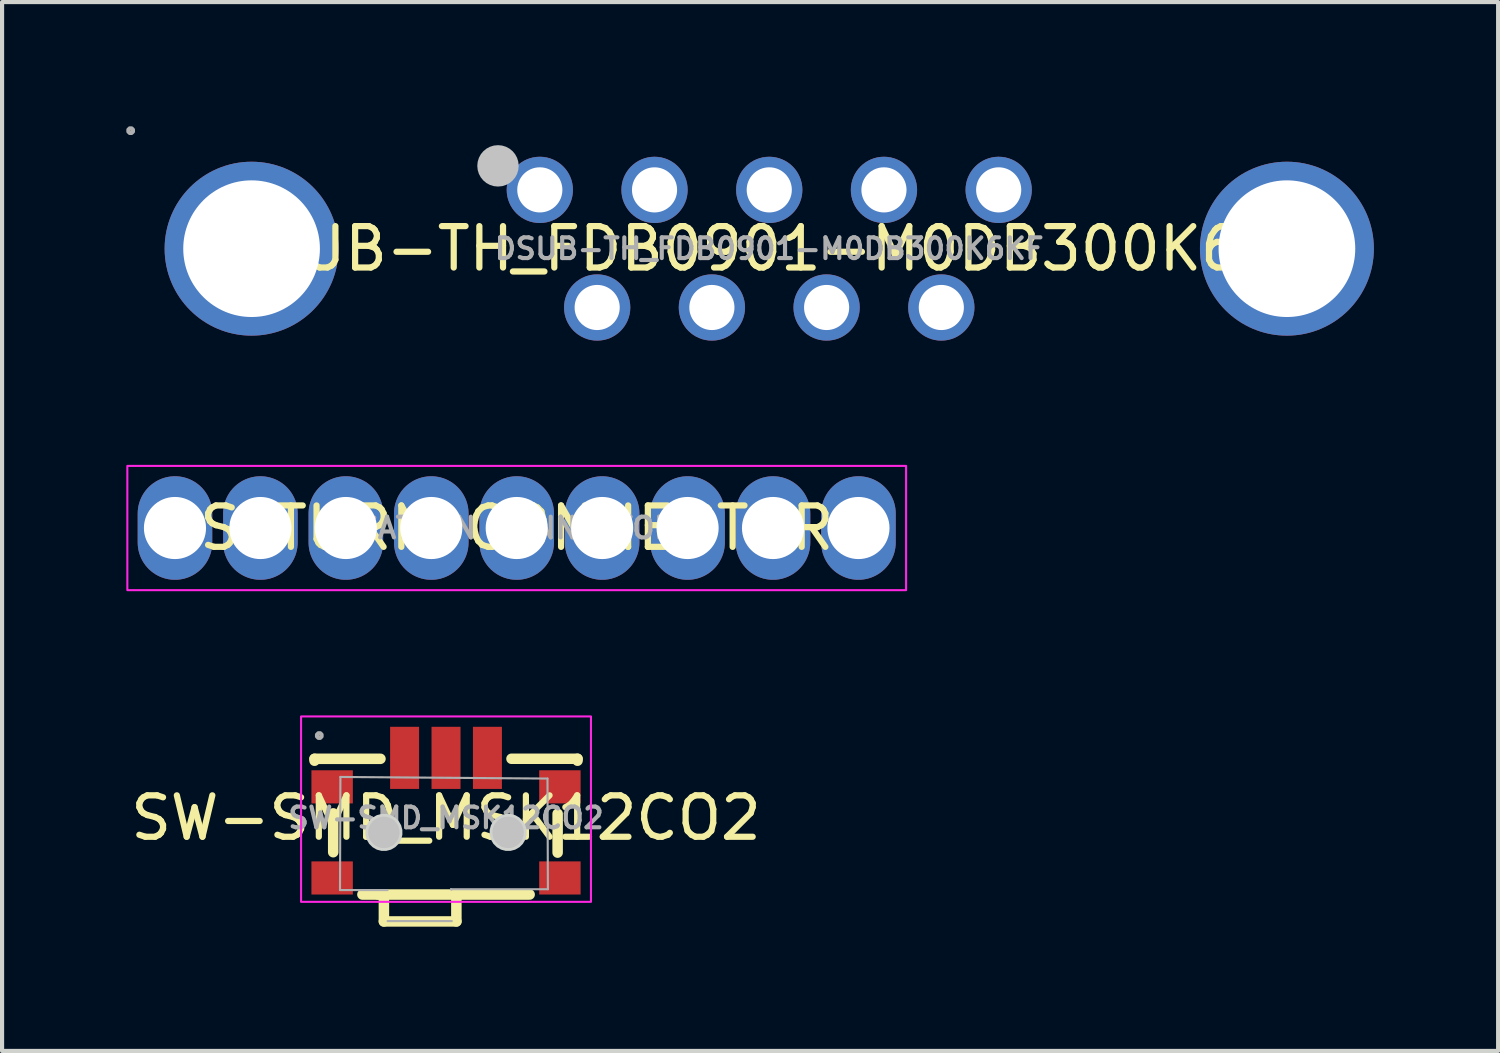
<source format=kicad_pcb>
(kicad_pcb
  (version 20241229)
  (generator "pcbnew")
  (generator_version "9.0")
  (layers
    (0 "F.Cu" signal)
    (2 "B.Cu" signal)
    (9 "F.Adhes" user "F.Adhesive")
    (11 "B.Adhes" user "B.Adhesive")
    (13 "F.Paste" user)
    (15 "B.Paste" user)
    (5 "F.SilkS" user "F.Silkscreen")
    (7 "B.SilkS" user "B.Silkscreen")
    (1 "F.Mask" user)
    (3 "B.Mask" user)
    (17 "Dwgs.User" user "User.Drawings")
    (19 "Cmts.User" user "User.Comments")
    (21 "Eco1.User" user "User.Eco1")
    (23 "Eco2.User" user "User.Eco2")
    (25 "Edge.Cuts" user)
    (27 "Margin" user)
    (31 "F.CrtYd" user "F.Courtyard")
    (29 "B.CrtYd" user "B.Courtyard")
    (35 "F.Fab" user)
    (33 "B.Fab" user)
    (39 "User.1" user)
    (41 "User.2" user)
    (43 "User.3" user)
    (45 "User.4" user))
  (footprint "DSUB-TH_FDB0901-M0DB300K6KF"
    (layer "F.Cu")
    (at 15.525 2.955)
    (property "Reference" "DSUB-TH_FDB0901-M0DB300K6KF" (at 0 0 0) (layer "F.SilkS") (effects (font (size 1 1) (thickness 0.15))))
    (fp_circle (center -6.55 -2) (end -6.3 -2) (stroke (width 0.5) (type default)) (fill no) (layer "Dwgs.User"))
    (fp_poly (pts (xy -15.365 -2.873) (xy -15.397 -2.905) (xy -15.443 -2.905) (xy -15.475 -2.873) (xy -15.475 -2.827) (xy -15.443 -2.795) (xy -15.397 -2.795) (xy -15.365 -2.827)) (stroke (width 0.1) (type default)) (fill no) (layer "F.Fab"))
    (fp_poly (pts (xy -11 0.15) (xy -14 0.15) (xy -14 -0.15) (xy -11 -0.15)) (stroke (width 0.1) (type default)) (fill no) (layer "User.1"))
    (fp_poly (pts (xy 14 0.15) (xy 11 0.15) (xy 11 -0.15) (xy 14 -0.15)) (stroke (width 0.1) (type default)) (fill no) (layer "User.1"))
    (fp_poly (pts (xy -5.193 -1.466) (xy -5.217 -1.554) (xy -5.262 -1.633) (xy -5.327 -1.698) (xy -5.406 -1.743) (xy -5.494 -1.767) (xy -5.586 -1.767) (xy -5.674 -1.743) (xy -5.753 -1.698) (xy -5.818 -1.633) (xy -5.863 -1.554) (xy -5.887 -1.466) (xy -5.887 -1.374) (xy -5.863 -1.286) (xy -5.818 -1.207) (xy -5.753 -1.142) (xy -5.674 -1.097) (xy -5.586 -1.073) (xy -5.494 -1.073) (xy -5.406 -1.097) (xy -5.327 -1.142) (xy -5.262 -1.207) (xy -5.217 -1.286) (xy -5.193 -1.374)) (stroke (width 0.1) (type default)) (fill no) (layer "User.1"))
    (fp_poly (pts (xy -3.808 1.374) (xy -3.832 1.286) (xy -3.877 1.207) (xy -3.942 1.142) (xy -4.021 1.097) (xy -4.109 1.073) (xy -4.201 1.073) (xy -4.289 1.097) (xy -4.368 1.142) (xy -4.433 1.207) (xy -4.478 1.286) (xy -4.502 1.374) (xy -4.502 1.466) (xy -4.478 1.554) (xy -4.433 1.633) (xy -4.368 1.698) (xy -4.289 1.743) (xy -4.201 1.767) (xy -4.109 1.767) (xy -4.021 1.743) (xy -3.942 1.698) (xy -3.877 1.633) (xy -3.832 1.554) (xy -3.808 1.466)) (stroke (width 0.1) (type default)) (fill no) (layer "User.1"))
    (fp_poly (pts (xy -2.423 -1.466) (xy -2.447 -1.554) (xy -2.492 -1.633) (xy -2.557 -1.698) (xy -2.636 -1.743) (xy -2.724 -1.767) (xy -2.816 -1.767) (xy -2.904 -1.743) (xy -2.983 -1.698) (xy -3.048 -1.633) (xy -3.093 -1.554) (xy -3.117 -1.466) (xy -3.117 -1.374) (xy -3.093 -1.286) (xy -3.048 -1.207) (xy -2.983 -1.142) (xy -2.904 -1.097) (xy -2.816 -1.073) (xy -2.724 -1.073) (xy -2.636 -1.097) (xy -2.557 -1.142) (xy -2.492 -1.207) (xy -2.447 -1.286) (xy -2.423 -1.374)) (stroke (width 0.1) (type default)) (fill no) (layer "User.1"))
    (fp_poly (pts (xy -1.038 1.374) (xy -1.062 1.286) (xy -1.107 1.207) (xy -1.172 1.142) (xy -1.251 1.097) (xy -1.339 1.073) (xy -1.431 1.073) (xy -1.519 1.097) (xy -1.598 1.142) (xy -1.663 1.207) (xy -1.708 1.286) (xy -1.732 1.374) (xy -1.732 1.466) (xy -1.708 1.554) (xy -1.663 1.633) (xy -1.598 1.698) (xy -1.519 1.743) (xy -1.431 1.767) (xy -1.339 1.767) (xy -1.251 1.743) (xy -1.172 1.698) (xy -1.107 1.633) (xy -1.062 1.554) (xy -1.038 1.466)) (stroke (width 0.1) (type default)) (fill no) (layer "User.1"))
    (fp_poly (pts (xy 0.347 -1.466) (xy 0.323 -1.554) (xy 0.278 -1.633) (xy 0.213 -1.698) (xy 0.134 -1.743) (xy 0.046 -1.767) (xy -0.046 -1.767) (xy -0.134 -1.743) (xy -0.213 -1.698) (xy -0.278 -1.633) (xy -0.323 -1.554) (xy -0.347 -1.466) (xy -0.347 -1.374) (xy -0.323 -1.286) (xy -0.278 -1.207) (xy -0.213 -1.142) (xy -0.134 -1.097) (xy -0.046 -1.073) (xy 0.046 -1.073) (xy 0.134 -1.097) (xy 0.213 -1.142) (xy 0.278 -1.207) (xy 0.323 -1.286) (xy 0.347 -1.374)) (stroke (width 0.1) (type default)) (fill no) (layer "User.1"))
    (fp_poly (pts (xy 1.732 1.374) (xy 1.708 1.286) (xy 1.663 1.207) (xy 1.598 1.142) (xy 1.519 1.097) (xy 1.431 1.073) (xy 1.339 1.073) (xy 1.251 1.097) (xy 1.172 1.142) (xy 1.107 1.207) (xy 1.062 1.286) (xy 1.038 1.374) (xy 1.038 1.466) (xy 1.062 1.554) (xy 1.107 1.633) (xy 1.172 1.698) (xy 1.251 1.743) (xy 1.339 1.767) (xy 1.431 1.767) (xy 1.519 1.743) (xy 1.598 1.698) (xy 1.663 1.633) (xy 1.708 1.554) (xy 1.732 1.466)) (stroke (width 0.1) (type default)) (fill no) (layer "User.1"))
    (fp_poly (pts (xy 3.117 -1.466) (xy 3.093 -1.554) (xy 3.048 -1.633) (xy 2.983 -1.698) (xy 2.904 -1.743) (xy 2.816 -1.767) (xy 2.724 -1.767) (xy 2.636 -1.743) (xy 2.557 -1.698) (xy 2.492 -1.633) (xy 2.447 -1.554) (xy 2.423 -1.466) (xy 2.423 -1.374) (xy 2.447 -1.286) (xy 2.492 -1.207) (xy 2.557 -1.142) (xy 2.636 -1.097) (xy 2.724 -1.073) (xy 2.816 -1.073) (xy 2.904 -1.097) (xy 2.983 -1.142) (xy 3.048 -1.207) (xy 3.093 -1.286) (xy 3.117 -1.374)) (stroke (width 0.1) (type default)) (fill no) (layer "User.1"))
    (fp_poly (pts (xy 4.502 1.374) (xy 4.478 1.286) (xy 4.433 1.207) (xy 4.368 1.142) (xy 4.289 1.097) (xy 4.201 1.073) (xy 4.109 1.073) (xy 4.021 1.097) (xy 3.942 1.142) (xy 3.877 1.207) (xy 3.832 1.286) (xy 3.808 1.374) (xy 3.808 1.466) (xy 3.832 1.554) (xy 3.877 1.633) (xy 3.942 1.698) (xy 4.021 1.743) (xy 4.109 1.767) (xy 4.201 1.767) (xy 4.289 1.743) (xy 4.368 1.698) (xy 4.433 1.633) (xy 4.478 1.554) (xy 4.502 1.466)) (stroke (width 0.1) (type default)) (fill no) (layer "User.1"))
    (fp_poly (pts (xy 5.887 -1.466) (xy 5.863 -1.554) (xy 5.818 -1.633) (xy 5.753 -1.698) (xy 5.674 -1.743) (xy 5.586 -1.767) (xy 5.494 -1.767) (xy 5.406 -1.743) (xy 5.327 -1.698) (xy 5.262 -1.633) (xy 5.217 -1.554) (xy 5.193 -1.466) (xy 5.193 -1.374) (xy 5.217 -1.286) (xy 5.262 -1.207) (xy 5.327 -1.142) (xy 5.406 -1.097) (xy 5.494 -1.073) (xy 5.586 -1.073) (xy 5.674 -1.097) (xy 5.753 -1.142) (xy 5.818 -1.207) (xy 5.863 -1.286) (xy 5.887 -1.374)) (stroke (width 0.1) (type default)) (fill no) (layer "User.1"))
    (fp_text user "${REFERENCE}" (at 0 0 0) (layer "F.Fab") (effects (font (size 0.5 0.5) (thickness 0.1))))
    (pad "1" thru_hole circle (at -5.54 -1.42 180) (size 1.6 1.6) (drill 1.09) (layers "*.Cu" "*.Mask"))
    (pad "2" thru_hole circle (at -2.77 -1.42 180) (size 1.6 1.6) (drill 1.09) (layers "*.Cu" "*.Mask"))
    (pad "3" thru_hole circle (at 0 -1.42 180) (size 1.6 1.6) (drill 1.09) (layers "*.Cu" "*.Mask"))
    (pad "4" thru_hole circle (at 2.77 -1.42 180) (size 1.6 1.6) (drill 1.09) (layers "*.Cu" "*.Mask"))
    (pad "5" thru_hole circle (at 5.54 -1.42 180) (size 1.6 1.6) (drill 1.09) (layers "*.Cu" "*.Mask"))
    (pad "6" thru_hole circle (at -4.155 1.42 180) (size 1.6 1.6) (drill 1.09) (layers "*.Cu" "*.Mask"))
    (pad "7" thru_hole circle (at -1.385 1.42 180) (size 1.6 1.6) (drill 1.09) (layers "*.Cu" "*.Mask"))
    (pad "8" thru_hole circle (at 1.385 1.42 180) (size 1.6 1.6) (drill 1.09) (layers "*.Cu" "*.Mask"))
    (pad "9" thru_hole circle (at 4.155 1.42 180) (size 1.6 1.6) (drill 1.09) (layers "*.Cu" "*.Mask"))
    (pad "10" thru_hole circle (at 12.5 0 180) (size 4.2 4.2) (drill 3.3) (layers "*.Cu" "*.Mask"))
    (pad "11" thru_hole circle (at -12.5 0 180) (size 4.2 4.2) (drill 3.3) (layers "*.Cu" "*.Mask")))
  (footprint "SATURN CONNECTOR"
    (layer "F.Cu")
    (at 9.427 9.7)
    (property "Reference" "SATURN CONNECTOR" (at 0 0 0) (layer "F.SilkS") (effects (font (size 1 1) (thickness 0.15))))
    (fp_rect (start -9.402 -1.5) (end 9.402 1.5) (stroke (width 0.05) (type default)) (fill no) (layer "F.CrtYd"))
    (fp_text user "${REFERENCE}" (at 0 0 0) (layer "F.Fab") (effects (font (size 0.5 0.5) (thickness 0.1))))
    (pad "1" thru_hole oval (at 8.252 0) (size 1.8 2.5) (drill 1.5) (layers "*.Cu" "*.Mask"))
    (pad "2" thru_hole oval (at 6.189 0) (size 1.8 2.5) (drill 1.5) (layers "*.Cu" "*.Mask"))
    (pad "3" thru_hole oval (at 4.126 0) (size 1.8 2.5) (drill 1.5) (layers "*.Cu" "*.Mask"))
    (pad "4" thru_hole oval (at 2.063 0) (size 1.8 2.5) (drill 1.5) (layers "*.Cu" "*.Mask"))
    (pad "5" thru_hole oval (at 0 0) (size 1.8 2.5) (drill 1.5) (layers "*.Cu" "*.Mask"))
    (pad "6" thru_hole oval (at -2.063 0) (size 1.8 2.5) (drill 1.5) (layers "*.Cu" "*.Mask"))
    (pad "7" thru_hole oval (at -4.126 0) (size 1.8 2.5) (drill 1.5) (layers "*.Cu" "*.Mask"))
    (pad "8" thru_hole oval (at -6.189 0) (size 1.8 2.5) (drill 1.5) (layers "*.Cu" "*.Mask"))
    (pad "9" thru_hole oval (at -8.252 0) (size 1.8 2.5) (drill 1.5) (layers "*.Cu" "*.Mask")))
  (footprint "SW-SMD_MSK12CO2"
    (layer "F.Cu")
    (at 7.72 16.7)
    (property "Reference" "SW-SMD_MSK12CO2" (at 0 0 0) (layer "F.SilkS") (effects (font (size 1 1) (thickness 0.15))))
    (fp_line (start -3.175 -1.427) (end -3.175 -1.381) (stroke (width 0.254) (type default)) (layer "F.SilkS"))
    (fp_line (start -2.724 -0.11) (end -2.724 0.828) (stroke (width 0.254) (type default)) (layer "F.SilkS"))
    (fp_line (start -1.638 1.85) (end -2.019 1.85) (stroke (width 0.254) (type default)) (layer "F.SilkS"))
    (fp_line (start -1.583 -1.427) (end -3.175 -1.427) (stroke (width 0.254) (type default)) (layer "F.SilkS"))
    (fp_line (start -1.5 2.5) (end -1.5 1.9) (stroke (width 0.254) (type default)) (layer "F.SilkS"))
    (fp_line (start 0.25 1.85) (end -1.638 1.85) (stroke (width 0.254) (type default)) (layer "F.SilkS"))
    (fp_line (start 0.25 1.85) (end 0.25 2.5) (stroke (width 0.254) (type default)) (layer "F.SilkS"))
    (fp_line (start 0.25 1.85) (end 2.019 1.85) (stroke (width 0.254) (type default)) (layer "F.SilkS"))
    (fp_line (start 0.25 2.5) (end -1.5 2.5) (stroke (width 0.254) (type default)) (layer "F.SilkS"))
    (fp_line (start 1.581 -1.428) (end 3.175 -1.428) (stroke (width 0.254) (type default)) (layer "F.SilkS"))
    (fp_line (start 2.695 -0.1) (end 2.695 0.838) (stroke (width 0.254) (type default)) (layer "F.SilkS"))
    (fp_line (start 3.175 -1.428) (end 3.175 -1.381) (stroke (width 0.254) (type default)) (layer "F.SilkS"))
    (fp_circle (center -1.5 0.35) (end -1.31 0.35) (stroke (width 0.38) (type default)) (fill no) (layer "Dwgs.User"))
    (fp_circle (center 1.5 0.35) (end 1.69 0.35) (stroke (width 0.38) (type default)) (fill no) (layer "Dwgs.User"))
    (fp_poly (pts (xy -1.054 0.291) (xy -1.084 0.178) (xy -1.143 0.076) (xy -1.226 -0.007) (xy -1.328 -0.066) (xy -1.441 -0.096) (xy -1.559 -0.096) (xy -1.672 -0.066) (xy -1.774 -0.007) (xy -1.857 0.076) (xy -1.916 0.178) (xy -1.946 0.291) (xy -1.946 0.409) (xy -1.916 0.522) (xy -1.857 0.624) (xy -1.774 0.707) (xy -1.672 0.766) (xy -1.559 0.796) (xy -1.441 0.796) (xy -1.328 0.766) (xy -1.226 0.707) (xy -1.143 0.624) (xy -1.084 0.522) (xy -1.054 0.409)) (stroke (width 0) (type default)) (fill yes) (layer "Edge.Cuts"))
    (fp_poly (pts (xy 1.946 0.291) (xy 1.916 0.178) (xy 1.857 0.076) (xy 1.774 -0.007) (xy 1.672 -0.066) (xy 1.559 -0.096) (xy 1.441 -0.096) (xy 1.328 -0.066) (xy 1.226 -0.007) (xy 1.143 0.076) (xy 1.084 0.178) (xy 1.054 0.291) (xy 1.054 0.409) (xy 1.084 0.522) (xy 1.143 0.624) (xy 1.226 0.707) (xy 1.328 0.766) (xy 1.441 0.796) (xy 1.559 0.796) (xy 1.672 0.766) (xy 1.774 0.707) (xy 1.857 0.624) (xy 1.916 0.522) (xy 1.946 0.409)) (stroke (width 0) (type default)) (fill yes) (layer "Edge.Cuts"))
    (fp_rect (start -3.5 -2.45) (end 3.5 2.027) (stroke (width 0.05) (type default)) (fill no) (layer "F.CrtYd"))
    (fp_line (start -2.56 1.742) (end -1.41 1.742) (stroke (width 0.051) (type default)) (layer "F.Fab"))
    (fp_line (start -2.55 -0.989) (end -2.56 1.742) (stroke (width 0.051) (type default)) (layer "F.Fab"))
    (fp_line (start -1.41 2.491) (end 0.14 2.491) (stroke (width 0.051) (type default)) (layer "F.Fab"))
    (fp_line (start 0.12 1.722) (end 2.46 1.722) (stroke (width 0.051) (type default)) (layer "F.Fab"))
    (fp_line (start 0.13 1.732) (end 0.12 1.722) (stroke (width 0.051) (type default)) (layer "F.Fab"))
    (fp_line (start 2.45 -0.95) (end -2.55 -0.989) (stroke (width 0.051) (type default)) (layer "F.Fab"))
    (fp_line (start 2.46 1.722) (end 2.45 -0.95) (stroke (width 0.051) (type default)) (layer "F.Fab"))
    (fp_poly (pts (xy -3.005 -2.011) (xy -3.037 -2.044) (xy -3.083 -2.044) (xy -3.115 -2.011) (xy -3.115 -1.966) (xy -3.083 -1.933) (xy -3.037 -1.933) (xy -3.005 -1.966)) (stroke (width 0.1) (type default)) (fill no) (layer "F.Fab"))
    (fp_poly (pts (xy -3.06 -0.95) (xy -2.51 -0.95) (xy -2.51 -0.55) (xy -3.06 -0.55)) (stroke (width 0.1) (type default)) (fill no) (layer "User.1"))
    (fp_poly (pts (xy -3.06 1.25) (xy -2.51 1.25) (xy -2.51 1.65) (xy -3.06 1.65)) (stroke (width 0.1) (type default)) (fill no) (layer "User.1"))
    (fp_poly (pts (xy -1.2 -1.988) (xy -0.8 -1.988) (xy -0.8 -0.8) (xy -1.2 -0.8)) (stroke (width 0.1) (type default)) (fill no) (layer "User.1"))
    (fp_poly (pts (xy -0.2 -1.988) (xy 0.2 -1.988) (xy 0.2 -0.8) (xy -0.2 -0.8)) (stroke (width 0.1) (type default)) (fill no) (layer "User.1"))
    (fp_poly (pts (xy 0.8 -1.988) (xy 1.2 -1.988) (xy 1.2 -0.8) (xy 0.8 -0.8)) (stroke (width 0.1) (type default)) (fill no) (layer "User.1"))
    (fp_poly (pts (xy 2.96 -0.549) (xy 2.41 -0.549) (xy 2.41 -0.95) (xy 2.96 -0.95)) (stroke (width 0.1) (type default)) (fill no) (layer "User.1"))
    (fp_poly (pts (xy 2.96 1.65) (xy 2.41 1.65) (xy 2.41 1.25) (xy 2.96 1.25)) (stroke (width 0.1) (type default)) (fill no) (layer "User.1"))
    (fp_text user "${REFERENCE}" (at 0 0 0) (layer "F.Fab") (effects (font (size 0.5 0.5) (thickness 0.1))))
    (pad "1" smd rect (at -1 -1.45) (size 0.7 1.5) (layers "F.Cu" "F.Mask" "F.Paste"))
    (pad "2" smd rect (at 0 -1.45) (size 0.7 1.5) (layers "F.Cu" "F.Mask" "F.Paste"))
    (pad "3" smd rect (at 1 -1.45) (size 0.7 1.5) (layers "F.Cu" "F.Mask" "F.Paste"))
    (pad "4" smd rect (at -2.75 -0.75) (size 1 0.8) (layers "F.Cu" "F.Mask" "F.Paste"))
    (pad "4" smd rect (at -2.75 1.45) (size 1 0.8) (layers "F.Cu" "F.Mask" "F.Paste"))
    (pad "5" smd rect (at 2.75 -0.75) (size 1 0.8) (layers "F.Cu" "F.Mask" "F.Paste"))
    (pad "5" smd rect (at 2.75 1.45) (size 1 0.8) (layers "F.Cu" "F.Mask" "F.Paste")))
  (gr_rect
    (start -3 -3)
    (end 33.125 22.327)
    (stroke (width 0.1) (type default))
    (fill no)
    (layer "Edge.Cuts")))
</source>
